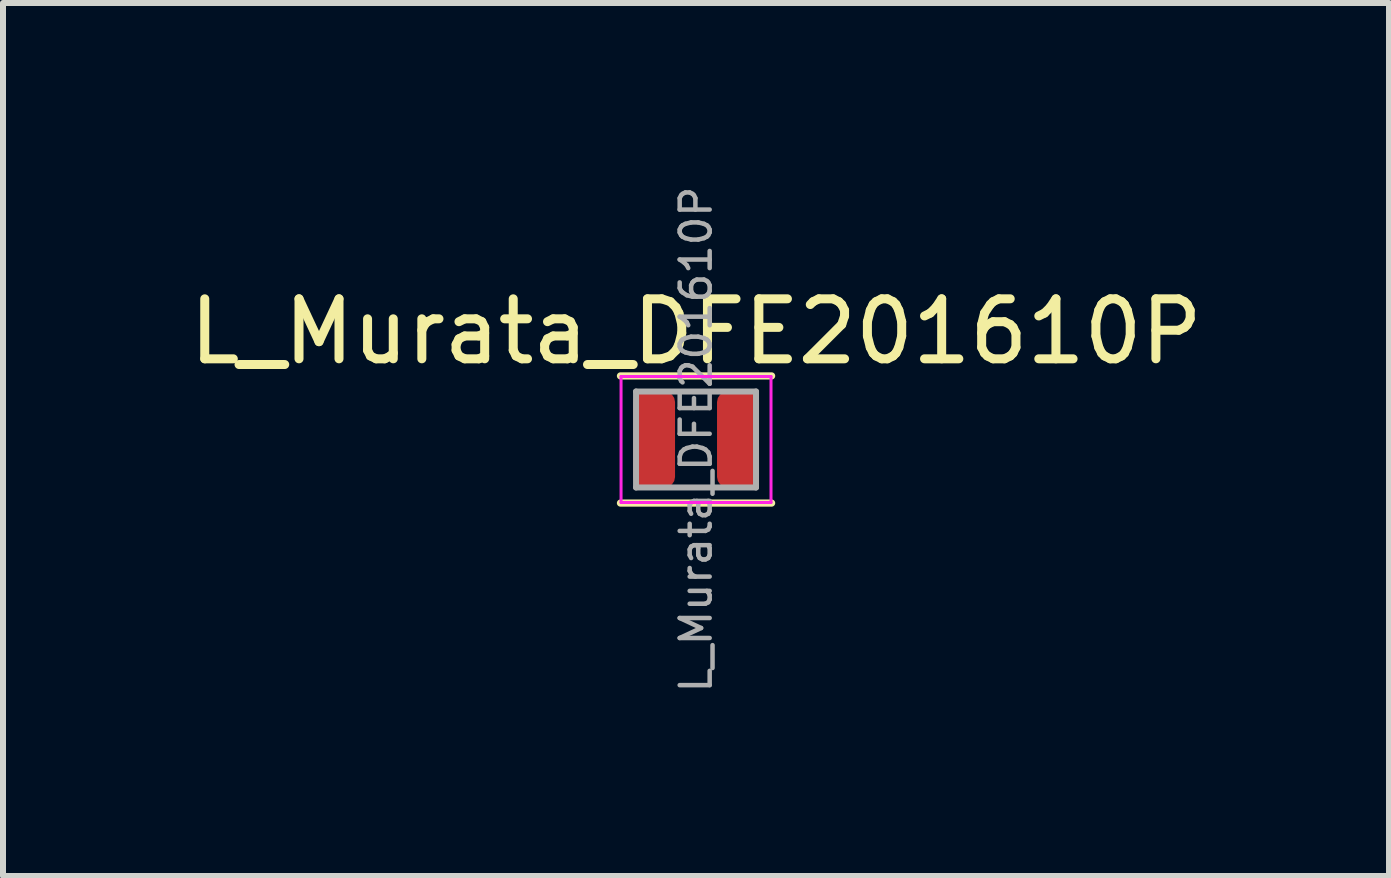
<source format=kicad_pcb>
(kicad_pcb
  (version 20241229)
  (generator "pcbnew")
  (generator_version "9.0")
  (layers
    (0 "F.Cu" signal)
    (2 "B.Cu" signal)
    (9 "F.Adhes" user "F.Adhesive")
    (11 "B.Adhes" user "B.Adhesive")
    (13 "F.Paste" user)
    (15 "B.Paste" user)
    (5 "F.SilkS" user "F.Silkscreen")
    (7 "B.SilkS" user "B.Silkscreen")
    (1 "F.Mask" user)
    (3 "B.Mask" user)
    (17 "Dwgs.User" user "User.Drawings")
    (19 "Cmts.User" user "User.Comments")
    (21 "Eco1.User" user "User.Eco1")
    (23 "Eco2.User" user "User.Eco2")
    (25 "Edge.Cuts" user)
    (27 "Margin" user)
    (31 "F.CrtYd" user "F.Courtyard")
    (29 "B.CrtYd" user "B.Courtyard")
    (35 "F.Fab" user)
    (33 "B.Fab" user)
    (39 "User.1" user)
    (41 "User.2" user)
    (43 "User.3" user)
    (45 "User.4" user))
  (footprint "L_Murata_DFE201610P"
    (layer "F.Cu")
    (at 8.554 4.277)
    (property "Reference" "L_Murata_DFE201610P" (at 0 -1.8 0) (layer "F.SilkS") (effects (font (size 1 1) (thickness 0.15))))
    (attr smd)
    (fp_line (start -1.26 -1.06) (end 1.26 -1.06) (stroke (width 0.12) (type solid)) (layer "F.SilkS"))
    (fp_line (start -1.26 1.06) (end 1.26 1.06) (stroke (width 0.12) (type solid)) (layer "F.SilkS"))
    (fp_line (start -1.25 -1.05) (end -1.25 1.05) (stroke (width 0.05) (type solid)) (layer "F.CrtYd"))
    (fp_line (start -1.25 1.05) (end 1.25 1.05) (stroke (width 0.05) (type solid)) (layer "F.CrtYd"))
    (fp_line (start 1.25 -1.05) (end -1.25 -1.05) (stroke (width 0.05) (type solid)) (layer "F.CrtYd"))
    (fp_line (start 1.25 1.05) (end 1.25 -1.05) (stroke (width 0.05) (type solid)) (layer "F.CrtYd"))
    (fp_line (start -1 -0.8) (end -1 0.8) (stroke (width 0.1) (type solid)) (layer "F.Fab"))
    (fp_line (start -1 0.8) (end 1 0.8) (stroke (width 0.1) (type solid)) (layer "F.Fab"))
    (fp_line (start 1 -0.8) (end -1 -0.8) (stroke (width 0.1) (type solid)) (layer "F.Fab"))
    (fp_line (start 1 0.8) (end 1 -0.8) (stroke (width 0.1) (type solid)) (layer "F.Fab"))
    (fp_text user "${REFERENCE}" (at 0 0 90) (layer "F.Fab") (effects (font (size 0.5 0.5) (thickness 0.075))))
    (pad "1" smd roundrect (at -0.7 0) (size 0.7 1.6) (layers "F.Cu" "F.Mask" "F.Paste") (roundrect_rratio 0.25))
    (pad "2" smd roundrect (at 0.7 0) (size 0.7 1.6) (layers "F.Cu" "F.Mask" "F.Paste") (roundrect_rratio 0.25)))
  (gr_rect
    (start -3 -3)
    (end 20.107 11.554)
    (stroke (width 0.1) (type default))
    (fill no)
    (layer "Edge.Cuts")))
</source>
